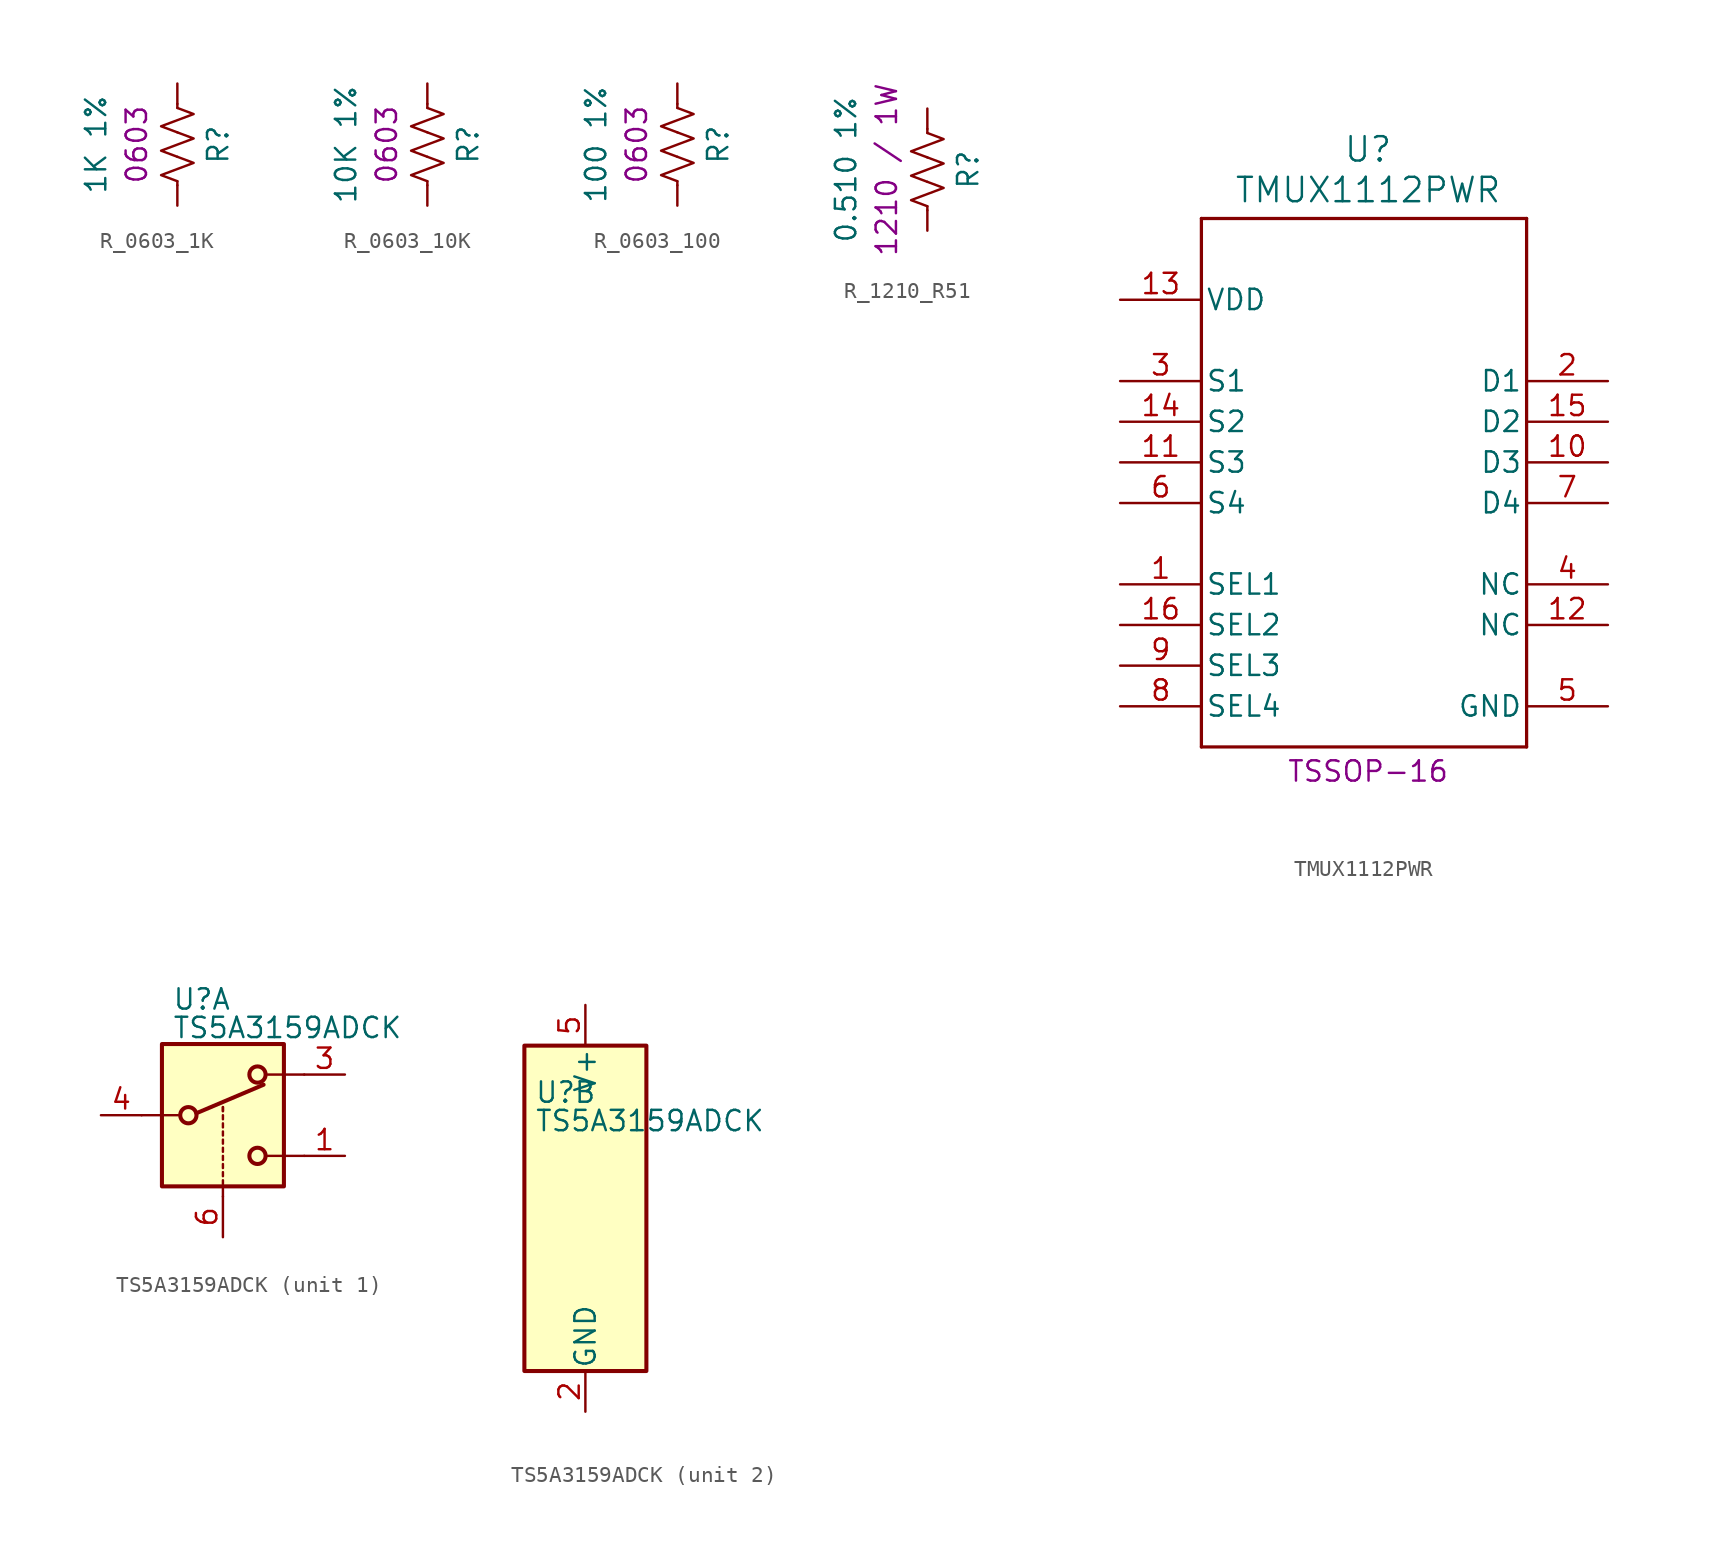
<source format=kicad_sym>
(kicad_symbol_lib
  (version 20241209)
  (generator "kicad_symbol_editor")
  (generator_version "9.0")
  (symbol "R_0603_1K"
    (pin_numbers
      (hide yes))
    (pin_names
      (offset 0))
    (property "Reference" "R"
      (at 2.54 0 90)
      (effects (font (size 1.27 1.27))))
    (property "Value" "1K 1%"
      (at -5.08 0 90)
      (effects (font (size 1.27 1.27))))
    (property "Size" "0603"
      (at -2.54 0 90)
      (effects (font (size 1.27 1.27))))
    (symbol "R_0603_1K_0_1"
      (polyline (pts (xy 0 2.286) (xy 0 2.54)) (stroke (width 0) (type default)) (fill (type none)))
      (polyline (pts (xy 0 2.286) (xy 1.016 1.905) (xy 0 1.524) (xy -1.016 1.143) (xy 0 0.762)) (stroke (width 0) (type default)) (fill (type none)))
      (polyline (pts (xy 0 0.762) (xy 1.016 0.381) (xy 0 0) (xy -1.016 -0.381) (xy 0 -0.762)) (stroke (width 0) (type default)) (fill (type none)))
      (polyline (pts (xy 0 -0.762) (xy 1.016 -1.143) (xy 0 -1.524) (xy -1.016 -1.905) (xy 0 -2.286)) (stroke (width 0) (type default)) (fill (type none)))
      (polyline (pts (xy 0 -2.286) (xy 0 -2.54)) (stroke (width 0) (type default)) (fill (type none))))
    (symbol "R_0603_1K_1_1"
      (pin passive line (at 0 3.81 270) (length 1.27) (name "~" (effects (font (size 1.27 1.27)))) (number "1" (effects (font (size 1.27 1.27)))))
      (pin passive line (at 0 -3.81 90) (length 1.27) (name "~" (effects (font (size 1.27 1.27)))) (number "2" (effects (font (size 1.27 1.27)))))))
  (symbol "R_0603_10K"
    (pin_numbers
      (hide yes))
    (pin_names
      (offset 0))
    (property "Reference" "R"
      (at 2.54 0 90)
      (effects (font (size 1.27 1.27))))
    (property "Value" "10K 1%"
      (at -5.08 0 90)
      (effects (font (size 1.27 1.27))))
    (property "Size" "0603"
      (at -2.54 0 90)
      (effects (font (size 1.27 1.27))))
    (symbol "R_0603_10K_0_1"
      (polyline (pts (xy 0 2.286) (xy 0 2.54)) (stroke (width 0) (type default)) (fill (type none)))
      (polyline (pts (xy 0 2.286) (xy 1.016 1.905) (xy 0 1.524) (xy -1.016 1.143) (xy 0 0.762)) (stroke (width 0) (type default)) (fill (type none)))
      (polyline (pts (xy 0 0.762) (xy 1.016 0.381) (xy 0 0) (xy -1.016 -0.381) (xy 0 -0.762)) (stroke (width 0) (type default)) (fill (type none)))
      (polyline (pts (xy 0 -0.762) (xy 1.016 -1.143) (xy 0 -1.524) (xy -1.016 -1.905) (xy 0 -2.286)) (stroke (width 0) (type default)) (fill (type none)))
      (polyline (pts (xy 0 -2.286) (xy 0 -2.54)) (stroke (width 0) (type default)) (fill (type none))))
    (symbol "R_0603_10K_1_1"
      (pin passive line (at 0 3.81 270) (length 1.27) (name "~" (effects (font (size 1.27 1.27)))) (number "1" (effects (font (size 1.27 1.27)))))
      (pin passive line (at 0 -3.81 90) (length 1.27) (name "~" (effects (font (size 1.27 1.27)))) (number "2" (effects (font (size 1.27 1.27)))))))
  (symbol "R_0603_100"
    (pin_numbers
      (hide yes))
    (pin_names
      (offset 0))
    (property "Reference" "R"
      (at 2.54 0 90)
      (effects (font (size 1.27 1.27))))
    (property "Value" "100 1%"
      (at -5.08 0 90)
      (effects (font (size 1.27 1.27))))
    (property "Size" "0603"
      (at -2.54 0 90)
      (effects (font (size 1.27 1.27))))
    (symbol "R_0603_100_0_1"
      (polyline (pts (xy 0 2.286) (xy 0 2.54)) (stroke (width 0) (type default)) (fill (type none)))
      (polyline (pts (xy 0 2.286) (xy 1.016 1.905) (xy 0 1.524) (xy -1.016 1.143) (xy 0 0.762)) (stroke (width 0) (type default)) (fill (type none)))
      (polyline (pts (xy 0 0.762) (xy 1.016 0.381) (xy 0 0) (xy -1.016 -0.381) (xy 0 -0.762)) (stroke (width 0) (type default)) (fill (type none)))
      (polyline (pts (xy 0 -0.762) (xy 1.016 -1.143) (xy 0 -1.524) (xy -1.016 -1.905) (xy 0 -2.286)) (stroke (width 0) (type default)) (fill (type none)))
      (polyline (pts (xy 0 -2.286) (xy 0 -2.54)) (stroke (width 0) (type default)) (fill (type none))))
    (symbol "R_0603_100_1_1"
      (pin passive line (at 0 3.81 270) (length 1.27) (name "~" (effects (font (size 1.27 1.27)))) (number "1" (effects (font (size 1.27 1.27)))))
      (pin passive line (at 0 -3.81 90) (length 1.27) (name "~" (effects (font (size 1.27 1.27)))) (number "2" (effects (font (size 1.27 1.27)))))))
  (symbol "R_1210_R51"
    (pin_numbers
      (hide yes))
    (pin_names
      (offset 0))
    (property "Reference" "R"
      (at 2.54 0 90)
      (effects (font (size 1.27 1.27))))
    (property "Value" "0.510 1%"
      (at -5.08 0 90)
      (effects (font (size 1.27 1.27))))
    (property "Size" "1210 / 1W"
      (at -2.54 0 90)
      (effects (font (size 1.27 1.27))))
    (symbol "R_1210_R51_0_1"
      (polyline (pts (xy 0 2.286) (xy 0 2.54)) (stroke (width 0) (type default)) (fill (type none)))
      (polyline (pts (xy 0 2.286) (xy 1.016 1.905) (xy 0 1.524) (xy -1.016 1.143) (xy 0 0.762)) (stroke (width 0) (type default)) (fill (type none)))
      (polyline (pts (xy 0 0.762) (xy 1.016 0.381) (xy 0 0) (xy -1.016 -0.381) (xy 0 -0.762)) (stroke (width 0) (type default)) (fill (type none)))
      (polyline (pts (xy 0 -0.762) (xy 1.016 -1.143) (xy 0 -1.524) (xy -1.016 -1.905) (xy 0 -2.286)) (stroke (width 0) (type default)) (fill (type none)))
      (polyline (pts (xy 0 -2.286) (xy 0 -2.54)) (stroke (width 0) (type default)) (fill (type none))))
    (symbol "R_1210_R51_1_1"
      (pin passive line (at 0 3.81 270) (length 1.27) (name "~" (effects (font (size 1.27 1.27)))) (number "1" (effects (font (size 1.27 1.27)))))
      (pin passive line (at 0 -3.81 90) (length 1.27) (name "~" (effects (font (size 1.27 1.27)))) (number "2" (effects (font (size 1.27 1.27)))))))
  (symbol "TMUX1112PWR"
    (pin_names
      (offset 0.254))
    (property "Reference" "U"
      (at 15.494 9.398 0)
      (effects (font (size 1.524 1.524))))
    (property "Value" "TMUX1112PWR"
      (at 15.494 6.858 0)
      (effects (font (size 1.524 1.524))))
    (property "Package" "TSSOP-16"
      (at 15.494 -29.464 0)
      (effects (font (size 1.27 1.27))))
    (symbol "TMUX1112PWR_0_1"
      (polyline (pts (xy 5.08 5.08) (xy 5.08 -27.94)) (stroke (width 0.203) (type default)) (fill (type none)))
      (polyline (pts (xy 5.08 -27.94) (xy 25.4 -27.94)) (stroke (width 0.203) (type default)) (fill (type none)))
      (polyline (pts (xy 25.4 5.08) (xy 5.08 5.08)) (stroke (width 0.203) (type default)) (fill (type none)))
      (polyline (pts (xy 25.4 -27.94) (xy 25.4 5.08)) (stroke (width 0.203) (type default)) (fill (type none)))
      (pin power_in line (at 0 0 0) (length 5.08) (name "VDD" (effects (font (size 1.27 1.27)))) (number "13" (effects (font (size 1.27 1.27)))))
      (pin bidirectional line (at 0 -5.08 0) (length 5.08) (name "S1" (effects (font (size 1.27 1.27)))) (number "3" (effects (font (size 1.27 1.27)))))
      (pin bidirectional line (at 0 -7.62 0) (length 5.08) (name "S2" (effects (font (size 1.27 1.27)))) (number "14" (effects (font (size 1.27 1.27)))))
      (pin bidirectional line (at 0 -10.16 0) (length 5.08) (name "S3" (effects (font (size 1.27 1.27)))) (number "11" (effects (font (size 1.27 1.27)))))
      (pin bidirectional line (at 0 -12.7 0) (length 5.08) (name "S4" (effects (font (size 1.27 1.27)))) (number "6" (effects (font (size 1.27 1.27)))))
      (pin input line (at 0 -17.78 0) (length 5.08) (name "SEL1" (effects (font (size 1.27 1.27)))) (number "1" (effects (font (size 1.27 1.27)))))
      (pin input line (at 0 -20.32 0) (length 5.08) (name "SEL2" (effects (font (size 1.27 1.27)))) (number "16" (effects (font (size 1.27 1.27)))))
      (pin input line (at 0 -22.86 0) (length 5.08) (name "SEL3" (effects (font (size 1.27 1.27)))) (number "9" (effects (font (size 1.27 1.27)))))
      (pin input line (at 0 -25.4 0) (length 5.08) (name "SEL4" (effects (font (size 1.27 1.27)))) (number "8" (effects (font (size 1.27 1.27)))))
      (pin bidirectional line (at 30.48 -5.08 180) (length 5.08) (name "D1" (effects (font (size 1.27 1.27)))) (number "2" (effects (font (size 1.27 1.27)))))
      (pin bidirectional line (at 30.48 -7.62 180) (length 5.08) (name "D2" (effects (font (size 1.27 1.27)))) (number "15" (effects (font (size 1.27 1.27)))))
      (pin bidirectional line (at 30.48 -10.16 180) (length 5.08) (name "D3" (effects (font (size 1.27 1.27)))) (number "10" (effects (font (size 1.27 1.27)))))
      (pin bidirectional line (at 30.48 -12.7 180) (length 5.08) (name "D4" (effects (font (size 1.27 1.27)))) (number "7" (effects (font (size 1.27 1.27)))))
      (pin unspecified line (at 30.48 -17.78 180) (length 5.08) (name "NC" (effects (font (size 1.27 1.27)))) (number "4" (effects (font (size 1.27 1.27)))))
      (pin unspecified line (at 30.48 -20.32 180) (length 5.08) (name "NC" (effects (font (size 1.27 1.27)))) (number "12" (effects (font (size 1.27 1.27)))))
      (pin power_in line (at 30.48 -25.4 180) (length 5.08) (name "GND" (effects (font (size 1.27 1.27)))) (number "5" (effects (font (size 1.27 1.27)))))))
  (symbol "TS5A3159ADCK"
    (pin_names
      (offset 0.127))
    (property "Reference" "U"
      (at -3.175 7.239 0)
      (effects (font (size 1.27 1.27)) (justify left)))
    (property "Value" "TS5A3159ADCK"
      (at -3.175 5.461 0)
      (effects (font (size 1.27 1.27)) (justify left)))
    (symbol "TS5A3159ADCK_1_1"
      (polyline (pts (xy -5.08 0) (xy -2.794 0)) (stroke (width 0) (type default)) (fill (type none)))
      (rectangle (start -3.81 4.445) (end 3.81 -4.445) (stroke (width 0.254) (type default)) (fill (type background)))
      (circle (center -2.159 0) (radius 0.508) (stroke (width 0.254) (type default)) (fill (type none)))
      (polyline (pts (xy -1.651 0.127) (xy 2.54 1.905)) (stroke (width 0.254) (type default)) (fill (type none)))
      (polyline (pts (xy 0 0.254) (xy 0 0.508)) (stroke (width 0) (type default)) (fill (type none)))
      (polyline (pts (xy 0 0.254) (xy 0 0.508)) (stroke (width 0) (type default)) (fill (type none)))
      (polyline (pts (xy 0 -0.254) (xy 0 0)) (stroke (width 0) (type default)) (fill (type none)))
      (polyline (pts (xy 0 -0.762) (xy 0 -0.508)) (stroke (width 0) (type default)) (fill (type none)))
      (polyline (pts (xy 0 -1.27) (xy 0 -1.016)) (stroke (width 0) (type default)) (fill (type none)))
      (polyline (pts (xy 0 -1.778) (xy 0 -1.524)) (stroke (width 0) (type default)) (fill (type none)))
      (polyline (pts (xy 0 -2.286) (xy 0 -2.032)) (stroke (width 0) (type default)) (fill (type none)))
      (polyline (pts (xy 0 -2.794) (xy 0 -2.54)) (stroke (width 0) (type default)) (fill (type none)))
      (polyline (pts (xy 0 -3.302) (xy 0 -3.048)) (stroke (width 0) (type default)) (fill (type none)))
      (polyline (pts (xy 0 -3.81) (xy 0 -3.556)) (stroke (width 0) (type default)) (fill (type none)))
      (polyline (pts (xy 0 -4.318) (xy 0 -4.064)) (stroke (width 0) (type default)) (fill (type none)))
      (polyline (pts (xy 0 -5.08) (xy 0 -4.572)) (stroke (width 0) (type default)) (fill (type none)))
      (circle (center 2.159 2.54) (radius 0.508) (stroke (width 0.254) (type default)) (fill (type none)))
      (circle (center 2.159 -2.54) (radius 0.508) (stroke (width 0.254) (type default)) (fill (type none)))
      (polyline (pts (xy 5.08 2.54) (xy 2.794 2.54)) (stroke (width 0) (type default)) (fill (type none)))
      (polyline (pts (xy 5.08 -2.54) (xy 2.794 -2.54)) (stroke (width 0) (type default)) (fill (type none)))
      (pin passive line (at -7.62 0 0) (length 2.54) (name "~" (effects (font (size 1.27 1.27)))) (number "4" (effects (font (size 1.27 1.27)))))
      (pin input line (at 0 -7.62 90) (length 2.54) (name "~" (effects (font (size 1.27 1.27)))) (number "6" (effects (font (size 1.27 1.27)))))
      (pin passive line (at 7.62 2.54 180) (length 2.54) (name "~" (effects (font (size 1.27 1.27)))) (number "3" (effects (font (size 1.27 1.27)))))
      (pin passive line (at 7.62 -2.54 180) (length 2.54) (name "~" (effects (font (size 1.27 1.27)))) (number "1" (effects (font (size 1.27 1.27))))))
    (symbol "TS5A3159ADCK_2_0"
      (pin power_in line (at 0 12.7 270) (length 2.54) (name "V+" (effects (font (size 1.27 1.27)))) (number "5" (effects (font (size 1.27 1.27)))))
      (pin power_in line (at 0 -12.7 90) (length 2.54) (name "GND" (effects (font (size 1.27 1.27)))) (number "2" (effects (font (size 1.27 1.27))))))
    (symbol "TS5A3159ADCK_2_1"
      (rectangle (start -3.81 10.16) (end 3.81 -10.16) (stroke (width 0.254) (type default)) (fill (type background))))))
</source>
